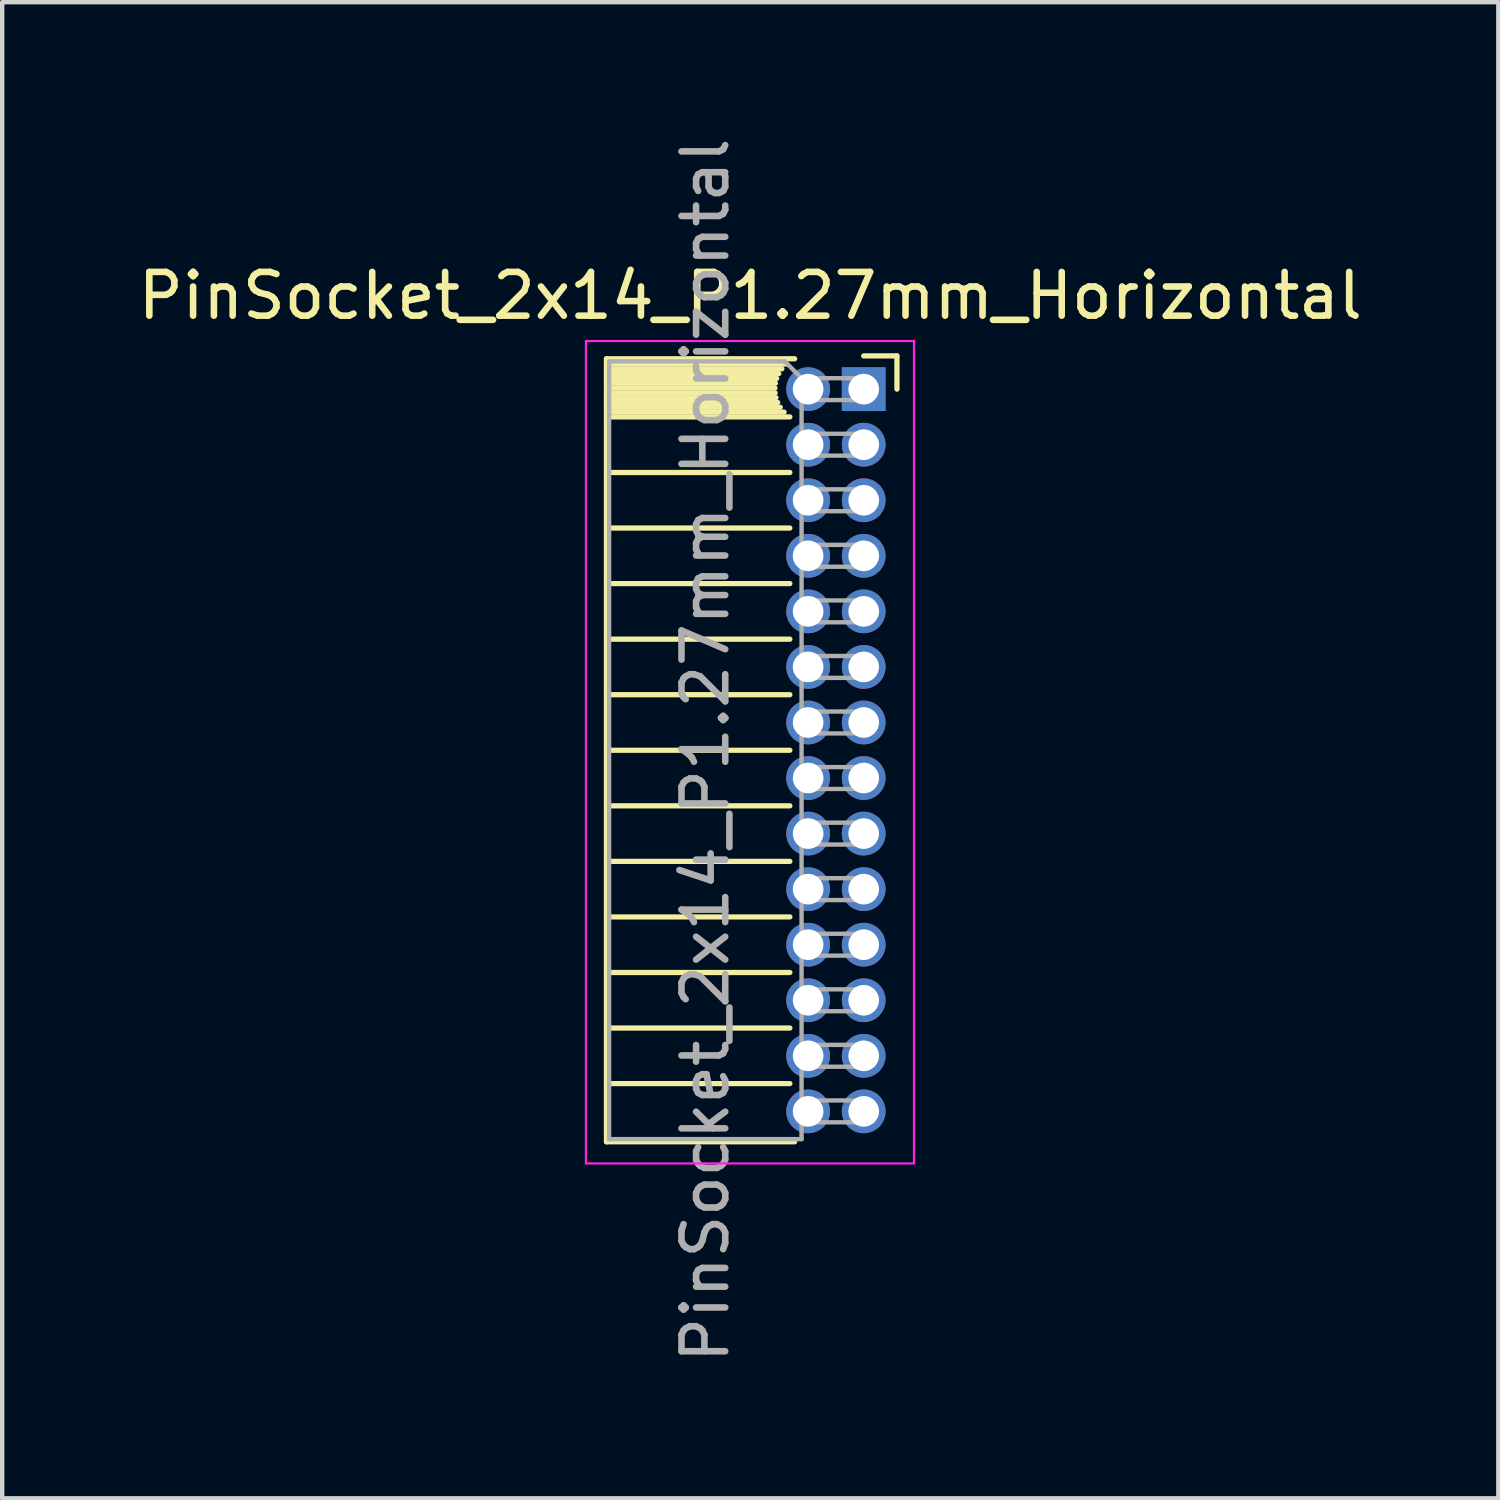
<source format=kicad_pcb>
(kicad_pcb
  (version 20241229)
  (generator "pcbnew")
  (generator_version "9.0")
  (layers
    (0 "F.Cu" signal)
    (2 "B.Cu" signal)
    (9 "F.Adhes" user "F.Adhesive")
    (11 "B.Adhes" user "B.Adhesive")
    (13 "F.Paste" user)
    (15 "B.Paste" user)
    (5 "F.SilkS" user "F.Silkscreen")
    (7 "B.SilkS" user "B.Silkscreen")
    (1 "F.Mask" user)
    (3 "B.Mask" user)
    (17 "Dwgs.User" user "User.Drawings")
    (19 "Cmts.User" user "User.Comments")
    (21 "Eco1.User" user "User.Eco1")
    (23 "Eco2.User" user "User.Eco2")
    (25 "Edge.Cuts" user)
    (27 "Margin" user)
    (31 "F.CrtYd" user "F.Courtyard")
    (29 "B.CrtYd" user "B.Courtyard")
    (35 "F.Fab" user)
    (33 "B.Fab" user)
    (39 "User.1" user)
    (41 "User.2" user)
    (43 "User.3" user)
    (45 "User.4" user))
  (footprint "PinSocket_2x14_P1.27mm_Horizontal"
    (layer "F.Cu")
    (at 16.694 5.846)
    (property "Reference" "PinSocket_2x14_P1.27mm_Horizontal" (at -2.592 -2.135 0) (layer "F.SilkS") (effects (font (size 1 1) (thickness 0.15))))
    (attr through_hole)
    (fp_line (start -5.88 -0.695) (end -5.88 17.205) (stroke (width 0.12) (type solid)) (layer "F.SilkS"))
    (fp_line (start -5.88 -0.695) (end -1.578 -0.695) (stroke (width 0.12) (type solid)) (layer "F.SilkS"))
    (fp_line (start -5.88 -0.575) (end -1.767 -0.575) (stroke (width 0.12) (type solid)) (layer "F.SilkS"))
    (fp_line (start -5.88 -0.465) (end -1.871 -0.465) (stroke (width 0.12) (type solid)) (layer "F.SilkS"))
    (fp_line (start -5.88 -0.355) (end -1.942 -0.355) (stroke (width 0.12) (type solid)) (layer "F.SilkS"))
    (fp_line (start -5.88 -0.245) (end -1.989 -0.245) (stroke (width 0.12) (type solid)) (layer "F.SilkS"))
    (fp_line (start -5.88 -0.135) (end -2.018 -0.135) (stroke (width 0.12) (type solid)) (layer "F.SilkS"))
    (fp_line (start -5.88 -0.025) (end -2.03 -0.025) (stroke (width 0.12) (type solid)) (layer "F.SilkS"))
    (fp_line (start -5.88 0.085) (end -2.025 0.085) (stroke (width 0.12) (type solid)) (layer "F.SilkS"))
    (fp_line (start -5.88 0.195) (end -2.005 0.195) (stroke (width 0.12) (type solid)) (layer "F.SilkS"))
    (fp_line (start -5.88 0.305) (end -1.966 0.305) (stroke (width 0.12) (type solid)) (layer "F.SilkS"))
    (fp_line (start -5.88 0.415) (end -1.907 0.415) (stroke (width 0.12) (type solid)) (layer "F.SilkS"))
    (fp_line (start -5.88 0.525) (end -1.82 0.525) (stroke (width 0.12) (type solid)) (layer "F.SilkS"))
    (fp_line (start -5.88 0.635) (end -1.688 0.635) (stroke (width 0.12) (type solid)) (layer "F.SilkS"))
    (fp_line (start -5.88 1.905) (end -1.688 1.905) (stroke (width 0.12) (type solid)) (layer "F.SilkS"))
    (fp_line (start -5.88 3.175) (end -1.688 3.175) (stroke (width 0.12) (type solid)) (layer "F.SilkS"))
    (fp_line (start -5.88 4.445) (end -1.688 4.445) (stroke (width 0.12) (type solid)) (layer "F.SilkS"))
    (fp_line (start -5.88 5.715) (end -1.688 5.715) (stroke (width 0.12) (type solid)) (layer "F.SilkS"))
    (fp_line (start -5.88 6.985) (end -1.688 6.985) (stroke (width 0.12) (type solid)) (layer "F.SilkS"))
    (fp_line (start -5.88 8.255) (end -1.688 8.255) (stroke (width 0.12) (type solid)) (layer "F.SilkS"))
    (fp_line (start -5.88 9.525) (end -1.688 9.525) (stroke (width 0.12) (type solid)) (layer "F.SilkS"))
    (fp_line (start -5.88 10.795) (end -1.688 10.795) (stroke (width 0.12) (type solid)) (layer "F.SilkS"))
    (fp_line (start -5.88 12.065) (end -1.688 12.065) (stroke (width 0.12) (type solid)) (layer "F.SilkS"))
    (fp_line (start -5.88 13.335) (end -1.688 13.335) (stroke (width 0.12) (type solid)) (layer "F.SilkS"))
    (fp_line (start -5.88 14.605) (end -1.688 14.605) (stroke (width 0.12) (type solid)) (layer "F.SilkS"))
    (fp_line (start -5.88 15.875) (end -1.688 15.875) (stroke (width 0.12) (type solid)) (layer "F.SilkS"))
    (fp_line (start -5.88 17.205) (end -1.578 17.205) (stroke (width 0.12) (type solid)) (layer "F.SilkS"))
    (fp_line (start 0 -0.76) (end 0.76 -0.76) (stroke (width 0.12) (type solid)) (layer "F.SilkS"))
    (fp_line (start 0.76 -0.76) (end 0.76 0) (stroke (width 0.12) (type solid)) (layer "F.SilkS"))
    (fp_line (start -6.35 -1.1) (end -6.35 17.7) (stroke (width 0.05) (type solid)) (layer "F.CrtYd"))
    (fp_line (start -6.35 17.7) (end 1.15 17.7) (stroke (width 0.05) (type solid)) (layer "F.CrtYd"))
    (fp_line (start 1.15 -1.1) (end -6.35 -1.1) (stroke (width 0.05) (type solid)) (layer "F.CrtYd"))
    (fp_line (start 1.15 17.7) (end 1.15 -1.1) (stroke (width 0.05) (type solid)) (layer "F.CrtYd"))
    (fp_line (start -5.82 -0.635) (end -1.805 -0.635) (stroke (width 0.1) (type solid)) (layer "F.Fab"))
    (fp_line (start -5.82 17.145) (end -5.82 -0.635) (stroke (width 0.1) (type solid)) (layer "F.Fab"))
    (fp_line (start -1.805 -0.635) (end -1.42 -0.25) (stroke (width 0.1) (type solid)) (layer "F.Fab"))
    (fp_line (start -1.42 -0.25) (end -1.42 17.145) (stroke (width 0.1) (type solid)) (layer "F.Fab"))
    (fp_line (start -1.42 0.25) (end 0 0.25) (stroke (width 0.1) (type solid)) (layer "F.Fab"))
    (fp_line (start -1.42 1.52) (end 0 1.52) (stroke (width 0.1) (type solid)) (layer "F.Fab"))
    (fp_line (start -1.42 2.79) (end 0 2.79) (stroke (width 0.1) (type solid)) (layer "F.Fab"))
    (fp_line (start -1.42 4.06) (end 0 4.06) (stroke (width 0.1) (type solid)) (layer "F.Fab"))
    (fp_line (start -1.42 5.33) (end 0 5.33) (stroke (width 0.1) (type solid)) (layer "F.Fab"))
    (fp_line (start -1.42 6.6) (end 0 6.6) (stroke (width 0.1) (type solid)) (layer "F.Fab"))
    (fp_line (start -1.42 7.87) (end 0 7.87) (stroke (width 0.1) (type solid)) (layer "F.Fab"))
    (fp_line (start -1.42 9.14) (end 0 9.14) (stroke (width 0.1) (type solid)) (layer "F.Fab"))
    (fp_line (start -1.42 10.41) (end 0 10.41) (stroke (width 0.1) (type solid)) (layer "F.Fab"))
    (fp_line (start -1.42 11.68) (end 0 11.68) (stroke (width 0.1) (type solid)) (layer "F.Fab"))
    (fp_line (start -1.42 12.95) (end 0 12.95) (stroke (width 0.1) (type solid)) (layer "F.Fab"))
    (fp_line (start -1.42 14.22) (end 0 14.22) (stroke (width 0.1) (type solid)) (layer "F.Fab"))
    (fp_line (start -1.42 15.49) (end 0 15.49) (stroke (width 0.1) (type solid)) (layer "F.Fab"))
    (fp_line (start -1.42 16.76) (end 0 16.76) (stroke (width 0.1) (type solid)) (layer "F.Fab"))
    (fp_line (start -1.42 17.145) (end -5.82 17.145) (stroke (width 0.1) (type solid)) (layer "F.Fab"))
    (fp_line (start 0 -0.25) (end -1.42 -0.25) (stroke (width 0.1) (type solid)) (layer "F.Fab"))
    (fp_line (start 0 0.25) (end 0 -0.25) (stroke (width 0.1) (type solid)) (layer "F.Fab"))
    (fp_line (start 0 1.02) (end -1.42 1.02) (stroke (width 0.1) (type solid)) (layer "F.Fab"))
    (fp_line (start 0 1.52) (end 0 1.02) (stroke (width 0.1) (type solid)) (layer "F.Fab"))
    (fp_line (start 0 2.29) (end -1.42 2.29) (stroke (width 0.1) (type solid)) (layer "F.Fab"))
    (fp_line (start 0 2.79) (end 0 2.29) (stroke (width 0.1) (type solid)) (layer "F.Fab"))
    (fp_line (start 0 3.56) (end -1.42 3.56) (stroke (width 0.1) (type solid)) (layer "F.Fab"))
    (fp_line (start 0 4.06) (end 0 3.56) (stroke (width 0.1) (type solid)) (layer "F.Fab"))
    (fp_line (start 0 4.83) (end -1.42 4.83) (stroke (width 0.1) (type solid)) (layer "F.Fab"))
    (fp_line (start 0 5.33) (end 0 4.83) (stroke (width 0.1) (type solid)) (layer "F.Fab"))
    (fp_line (start 0 6.1) (end -1.42 6.1) (stroke (width 0.1) (type solid)) (layer "F.Fab"))
    (fp_line (start 0 6.6) (end 0 6.1) (stroke (width 0.1) (type solid)) (layer "F.Fab"))
    (fp_line (start 0 7.37) (end -1.42 7.37) (stroke (width 0.1) (type solid)) (layer "F.Fab"))
    (fp_line (start 0 7.87) (end 0 7.37) (stroke (width 0.1) (type solid)) (layer "F.Fab"))
    (fp_line (start 0 8.64) (end -1.42 8.64) (stroke (width 0.1) (type solid)) (layer "F.Fab"))
    (fp_line (start 0 9.14) (end 0 8.64) (stroke (width 0.1) (type solid)) (layer "F.Fab"))
    (fp_line (start 0 9.91) (end -1.42 9.91) (stroke (width 0.1) (type solid)) (layer "F.Fab"))
    (fp_line (start 0 10.41) (end 0 9.91) (stroke (width 0.1) (type solid)) (layer "F.Fab"))
    (fp_line (start 0 11.18) (end -1.42 11.18) (stroke (width 0.1) (type solid)) (layer "F.Fab"))
    (fp_line (start 0 11.68) (end 0 11.18) (stroke (width 0.1) (type solid)) (layer "F.Fab"))
    (fp_line (start 0 12.45) (end -1.42 12.45) (stroke (width 0.1) (type solid)) (layer "F.Fab"))
    (fp_line (start 0 12.95) (end 0 12.45) (stroke (width 0.1) (type solid)) (layer "F.Fab"))
    (fp_line (start 0 13.72) (end -1.42 13.72) (stroke (width 0.1) (type solid)) (layer "F.Fab"))
    (fp_line (start 0 14.22) (end 0 13.72) (stroke (width 0.1) (type solid)) (layer "F.Fab"))
    (fp_line (start 0 14.99) (end -1.42 14.99) (stroke (width 0.1) (type solid)) (layer "F.Fab"))
    (fp_line (start 0 15.49) (end 0 14.99) (stroke (width 0.1) (type solid)) (layer "F.Fab"))
    (fp_line (start 0 16.26) (end -1.42 16.26) (stroke (width 0.1) (type solid)) (layer "F.Fab"))
    (fp_line (start 0 16.76) (end 0 16.26) (stroke (width 0.1) (type solid)) (layer "F.Fab"))
    (fp_text user "${REFERENCE}" (at -3.62 8.255 90) (layer "F.Fab") (effects (font (size 1 1) (thickness 0.15))))
    (pad "1" thru_hole rect (at 0 0) (size 1 1) (drill 0.7) (layers "*.Cu" "*.Mask"))
    (pad "2" thru_hole oval (at -1.27 0) (size 1 1) (drill 0.7) (layers "*.Cu" "*.Mask"))
    (pad "3" thru_hole oval (at 0 1.27) (size 1 1) (drill 0.7) (layers "*.Cu" "*.Mask"))
    (pad "4" thru_hole oval (at -1.27 1.27) (size 1 1) (drill 0.7) (layers "*.Cu" "*.Mask"))
    (pad "5" thru_hole oval (at 0 2.54) (size 1 1) (drill 0.7) (layers "*.Cu" "*.Mask"))
    (pad "6" thru_hole oval (at -1.27 2.54) (size 1 1) (drill 0.7) (layers "*.Cu" "*.Mask"))
    (pad "7" thru_hole oval (at 0 3.81) (size 1 1) (drill 0.7) (layers "*.Cu" "*.Mask"))
    (pad "8" thru_hole oval (at -1.27 3.81) (size 1 1) (drill 0.7) (layers "*.Cu" "*.Mask"))
    (pad "9" thru_hole oval (at 0 5.08) (size 1 1) (drill 0.7) (layers "*.Cu" "*.Mask"))
    (pad "10" thru_hole oval (at -1.27 5.08) (size 1 1) (drill 0.7) (layers "*.Cu" "*.Mask"))
    (pad "11" thru_hole oval (at 0 6.35) (size 1 1) (drill 0.7) (layers "*.Cu" "*.Mask"))
    (pad "12" thru_hole oval (at -1.27 6.35) (size 1 1) (drill 0.7) (layers "*.Cu" "*.Mask"))
    (pad "13" thru_hole oval (at 0 7.62) (size 1 1) (drill 0.7) (layers "*.Cu" "*.Mask"))
    (pad "14" thru_hole oval (at -1.27 7.62) (size 1 1) (drill 0.7) (layers "*.Cu" "*.Mask"))
    (pad "15" thru_hole oval (at 0 8.89) (size 1 1) (drill 0.7) (layers "*.Cu" "*.Mask"))
    (pad "16" thru_hole oval (at -1.27 8.89) (size 1 1) (drill 0.7) (layers "*.Cu" "*.Mask"))
    (pad "17" thru_hole oval (at 0 10.16) (size 1 1) (drill 0.7) (layers "*.Cu" "*.Mask"))
    (pad "18" thru_hole oval (at -1.27 10.16) (size 1 1) (drill 0.7) (layers "*.Cu" "*.Mask"))
    (pad "19" thru_hole oval (at 0 11.43) (size 1 1) (drill 0.7) (layers "*.Cu" "*.Mask"))
    (pad "20" thru_hole oval (at -1.27 11.43) (size 1 1) (drill 0.7) (layers "*.Cu" "*.Mask"))
    (pad "21" thru_hole oval (at 0 12.7) (size 1 1) (drill 0.7) (layers "*.Cu" "*.Mask"))
    (pad "22" thru_hole oval (at -1.27 12.7) (size 1 1) (drill 0.7) (layers "*.Cu" "*.Mask"))
    (pad "23" thru_hole oval (at 0 13.97) (size 1 1) (drill 0.7) (layers "*.Cu" "*.Mask"))
    (pad "24" thru_hole oval (at -1.27 13.97) (size 1 1) (drill 0.7) (layers "*.Cu" "*.Mask"))
    (pad "25" thru_hole oval (at 0 15.24) (size 1 1) (drill 0.7) (layers "*.Cu" "*.Mask"))
    (pad "26" thru_hole oval (at -1.27 15.24) (size 1 1) (drill 0.7) (layers "*.Cu" "*.Mask"))
    (pad "27" thru_hole oval (at 0 16.51) (size 1 1) (drill 0.7) (layers "*.Cu" "*.Mask"))
    (pad "28" thru_hole oval (at -1.27 16.51) (size 1 1) (drill 0.7) (layers "*.Cu" "*.Mask")))
  (gr_rect
    (start -3 -3)
    (end 31.202 31.202)
    (stroke (width 0.1) (type default))
    (fill no)
    (layer "Edge.Cuts")))
</source>
